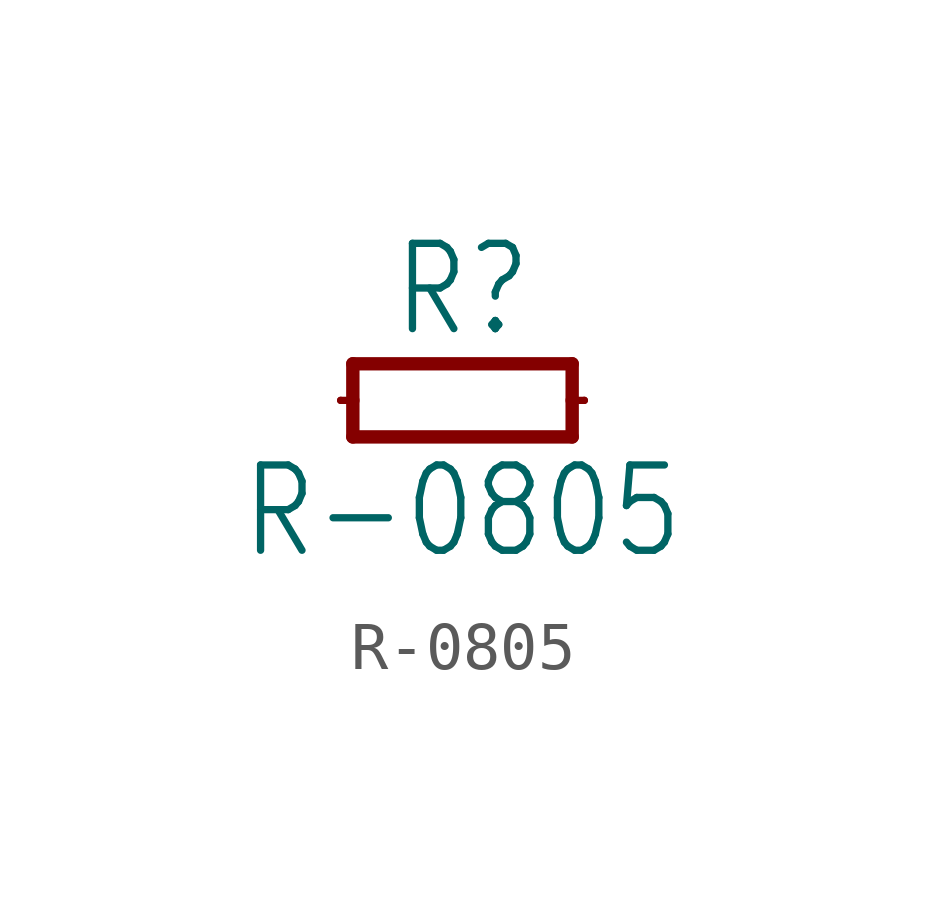
<source format=kicad_sym>
(kicad_symbol_lib
  (version 20211014)
  (generator kicad_symbol_editor)
  (symbol "R-0805"
    (property "Reference" "R"
      (at 0 1.27 0)
      (effects (font (size 1.778 1.511)) (justify bottom)))
    (property "Value" "R-0805"
      (at 0 -1.27 0)
      (effects (font (size 1.778 1.511)) (justify top)))
    (property "ki_locked" ""
      (at 0 0 0)
      (effects (font (size 1.27 1.27))))
    (symbol "R-0805_1_0"
      (polyline (pts (xy -2.54 0) (xy -2.286 0)) (stroke (width 0.152) (type default) (color 0 0 0 0)) (fill (type none)))
      (polyline (pts (xy -2.286 -0.762) (xy -2.286 0)) (stroke (width 0.279) (type default) (color 0 0 0 0)) (fill (type none)))
      (polyline (pts (xy -2.286 -0.762) (xy 2.286 -0.762)) (stroke (width 0.279) (type default) (color 0 0 0 0)) (fill (type none)))
      (polyline (pts (xy -2.286 0) (xy -2.286 0.762)) (stroke (width 0.279) (type default) (color 0 0 0 0)) (fill (type none)))
      (polyline (pts (xy -2.286 0.762) (xy 2.286 0.762)) (stroke (width 0.279) (type default) (color 0 0 0 0)) (fill (type none)))
      (polyline (pts (xy 2.286 0) (xy 2.286 -0.762)) (stroke (width 0.279) (type default) (color 0 0 0 0)) (fill (type none)))
      (polyline (pts (xy 2.286 0) (xy 2.54 0)) (stroke (width 0.152) (type default) (color 0 0 0 0)) (fill (type none)))
      (polyline (pts (xy 2.286 0.762) (xy 2.286 0)) (stroke (width 0.279) (type default) (color 0 0 0 0)) (fill (type none)))
      (pin passive line (at -2.54 0 0) (length 0) (name "1" (effects (font (size 0 0)))) (number "1" (effects (font (size 0 0)))))
      (pin passive line (at 2.54 0 180) (length 0) (name "2" (effects (font (size 0 0)))) (number "2" (effects (font (size 0 0))))))))
</source>
